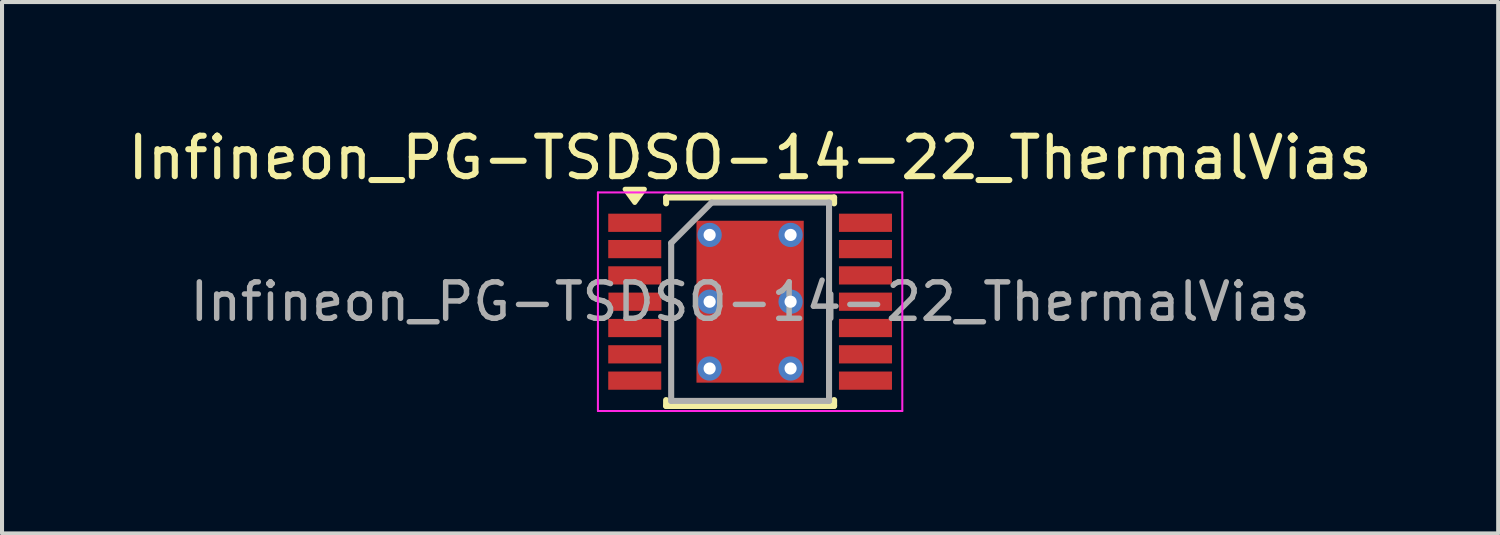
<source format=kicad_pcb>
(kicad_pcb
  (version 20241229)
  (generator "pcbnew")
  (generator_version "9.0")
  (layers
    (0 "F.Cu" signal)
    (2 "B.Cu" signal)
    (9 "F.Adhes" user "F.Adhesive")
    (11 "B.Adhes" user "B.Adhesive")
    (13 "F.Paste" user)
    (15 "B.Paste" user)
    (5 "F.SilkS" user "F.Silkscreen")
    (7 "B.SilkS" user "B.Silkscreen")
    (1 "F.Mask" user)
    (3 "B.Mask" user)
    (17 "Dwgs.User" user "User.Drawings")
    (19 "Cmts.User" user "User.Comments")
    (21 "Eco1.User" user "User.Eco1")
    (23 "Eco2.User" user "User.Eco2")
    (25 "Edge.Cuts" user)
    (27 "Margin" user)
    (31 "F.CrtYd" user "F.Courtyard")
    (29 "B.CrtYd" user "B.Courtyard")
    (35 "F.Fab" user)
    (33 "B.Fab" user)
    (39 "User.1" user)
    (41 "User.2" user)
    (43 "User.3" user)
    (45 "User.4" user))
  (footprint "Infineon_PG-TSDSO-14-22_ThermalVias"
    (layer "F.Cu")
    (at 15.482 4.404)
    (property "Reference" "Infineon_PG-TSDSO-14-22_ThermalVias" (at 0 -3.556 0) (layer "F.SilkS") (effects (font (size 1 1) (thickness 0.15))))
    (attr smd)
    (fp_line (start -2.075 -2.575) (end -2.075 -2.43) (stroke (width 0.15) (type solid)) (layer "F.SilkS"))
    (fp_line (start -2.075 -2.575) (end 2.075 -2.575) (stroke (width 0.15) (type solid)) (layer "F.SilkS"))
    (fp_line (start -2.075 2.575) (end -2.075 2.43) (stroke (width 0.15) (type solid)) (layer "F.SilkS"))
    (fp_line (start -2.075 2.575) (end 2.075 2.575) (stroke (width 0.15) (type solid)) (layer "F.SilkS"))
    (fp_line (start 2.075 -2.575) (end 2.075 -2.43) (stroke (width 0.15) (type solid)) (layer "F.SilkS"))
    (fp_line (start 2.075 2.575) (end 2.075 2.43) (stroke (width 0.15) (type solid)) (layer "F.SilkS"))
    (fp_poly (pts (xy -2.85 -2.45) (xy -3.09 -2.78) (xy -2.61 -2.78) (xy -2.85 -2.45)) (stroke (width 0.12) (type solid)) (fill yes) (layer "F.SilkS"))
    (fp_line (start -3.76 -2.7) (end -3.76 2.7) (stroke (width 0.05) (type solid)) (layer "F.CrtYd"))
    (fp_line (start -3.76 -2.7) (end 3.76 -2.7) (stroke (width 0.05) (type solid)) (layer "F.CrtYd"))
    (fp_line (start -3.76 2.7) (end 3.76 2.7) (stroke (width 0.05) (type solid)) (layer "F.CrtYd"))
    (fp_line (start 3.76 -2.7) (end 3.76 2.7) (stroke (width 0.05) (type solid)) (layer "F.CrtYd"))
    (fp_line (start -1.95 -1.45) (end -0.95 -2.45) (stroke (width 0.15) (type solid)) (layer "F.Fab"))
    (fp_line (start -1.95 2.45) (end -1.95 -1.45) (stroke (width 0.15) (type solid)) (layer "F.Fab"))
    (fp_line (start -0.95 -2.45) (end 1.95 -2.45) (stroke (width 0.15) (type solid)) (layer "F.Fab"))
    (fp_line (start 1.95 -2.45) (end 1.95 2.45) (stroke (width 0.15) (type solid)) (layer "F.Fab"))
    (fp_line (start 1.95 2.45) (end -1.95 2.45) (stroke (width 0.15) (type solid)) (layer "F.Fab"))
    (fp_text user "${REFERENCE}" (at 0 0 0) (layer "F.Fab") (effects (font (size 0.9 0.9) (thickness 0.135))))
    (pad "" smd rect (at 0 -1.075) (size 2.65 1.85) (layers "F.Paste"))
    (pad "" smd rect (at 0 1.075) (size 2.65 1.85) (layers "F.Paste"))
    (pad "1" smd rect (at -2.85 -1.95) (size 1.31 0.45) (layers "F.Cu" "F.Mask" "F.Paste"))
    (pad "2" smd rect (at -2.85 -1.3) (size 1.31 0.45) (layers "F.Cu" "F.Mask" "F.Paste"))
    (pad "3" smd rect (at -2.85 -0.65) (size 1.31 0.45) (layers "F.Cu" "F.Mask" "F.Paste"))
    (pad "4" smd rect (at -2.845 0) (size 1.31 0.45) (layers "F.Cu" "F.Mask" "F.Paste"))
    (pad "5" smd rect (at -2.85 0.65) (size 1.31 0.45) (layers "F.Cu" "F.Mask" "F.Paste"))
    (pad "6" smd rect (at -2.85 1.3) (size 1.31 0.45) (layers "F.Cu" "F.Mask" "F.Paste"))
    (pad "7" smd rect (at -2.85 1.95) (size 1.31 0.45) (layers "F.Cu" "F.Mask" "F.Paste"))
    (pad "8" smd rect (at 2.85 1.95) (size 1.31 0.45) (layers "F.Cu" "F.Mask" "F.Paste"))
    (pad "9" smd rect (at 2.85 1.3) (size 1.31 0.45) (layers "F.Cu" "F.Mask" "F.Paste"))
    (pad "10" smd rect (at 2.85 0.65) (size 1.31 0.45) (layers "F.Cu" "F.Mask" "F.Paste"))
    (pad "11" smd rect (at 2.85 0) (size 1.31 0.45) (layers "F.Cu" "F.Mask" "F.Paste"))
    (pad "12" smd rect (at 2.85 -0.65) (size 1.31 0.45) (layers "F.Cu" "F.Mask" "F.Paste"))
    (pad "13" smd rect (at 2.85 -1.3) (size 1.31 0.45) (layers "F.Cu" "F.Mask" "F.Paste"))
    (pad "14" smd rect (at 2.85 -1.95) (size 1.31 0.45) (layers "F.Cu" "F.Mask" "F.Paste"))
    (pad "15" smd rect (at 0 0) (size 2.65 4) (layers "F.Cu" "F.Mask"))
    (pad "17" thru_hole circle (at -1 -1.65) (size 0.6 0.6) (drill 0.3) (property pad_prop_heatsink) (layers "*.Cu"))
    (pad "17" thru_hole circle (at -1 0) (size 0.6 0.6) (drill 0.3) (property pad_prop_heatsink) (layers "*.Cu"))
    (pad "17" thru_hole circle (at -1 1.65) (size 0.6 0.6) (drill 0.3) (property pad_prop_heatsink) (layers "*.Cu"))
    (pad "17" thru_hole circle (at 1 -1.65) (size 0.6 0.6) (drill 0.3) (property pad_prop_heatsink) (layers "*.Cu"))
    (pad "17" thru_hole circle (at 1 0) (size 0.6 0.6) (drill 0.3) (property pad_prop_heatsink) (layers "*.Cu"))
    (pad "17" thru_hole circle (at 1 1.65) (size 0.6 0.6) (drill 0.3) (property pad_prop_heatsink) (layers "*.Cu")))
  (gr_rect
    (start -3 -3)
    (end 33.964 10.129)
    (stroke (width 0.1) (type default))
    (fill no)
    (layer "Edge.Cuts")))
</source>
